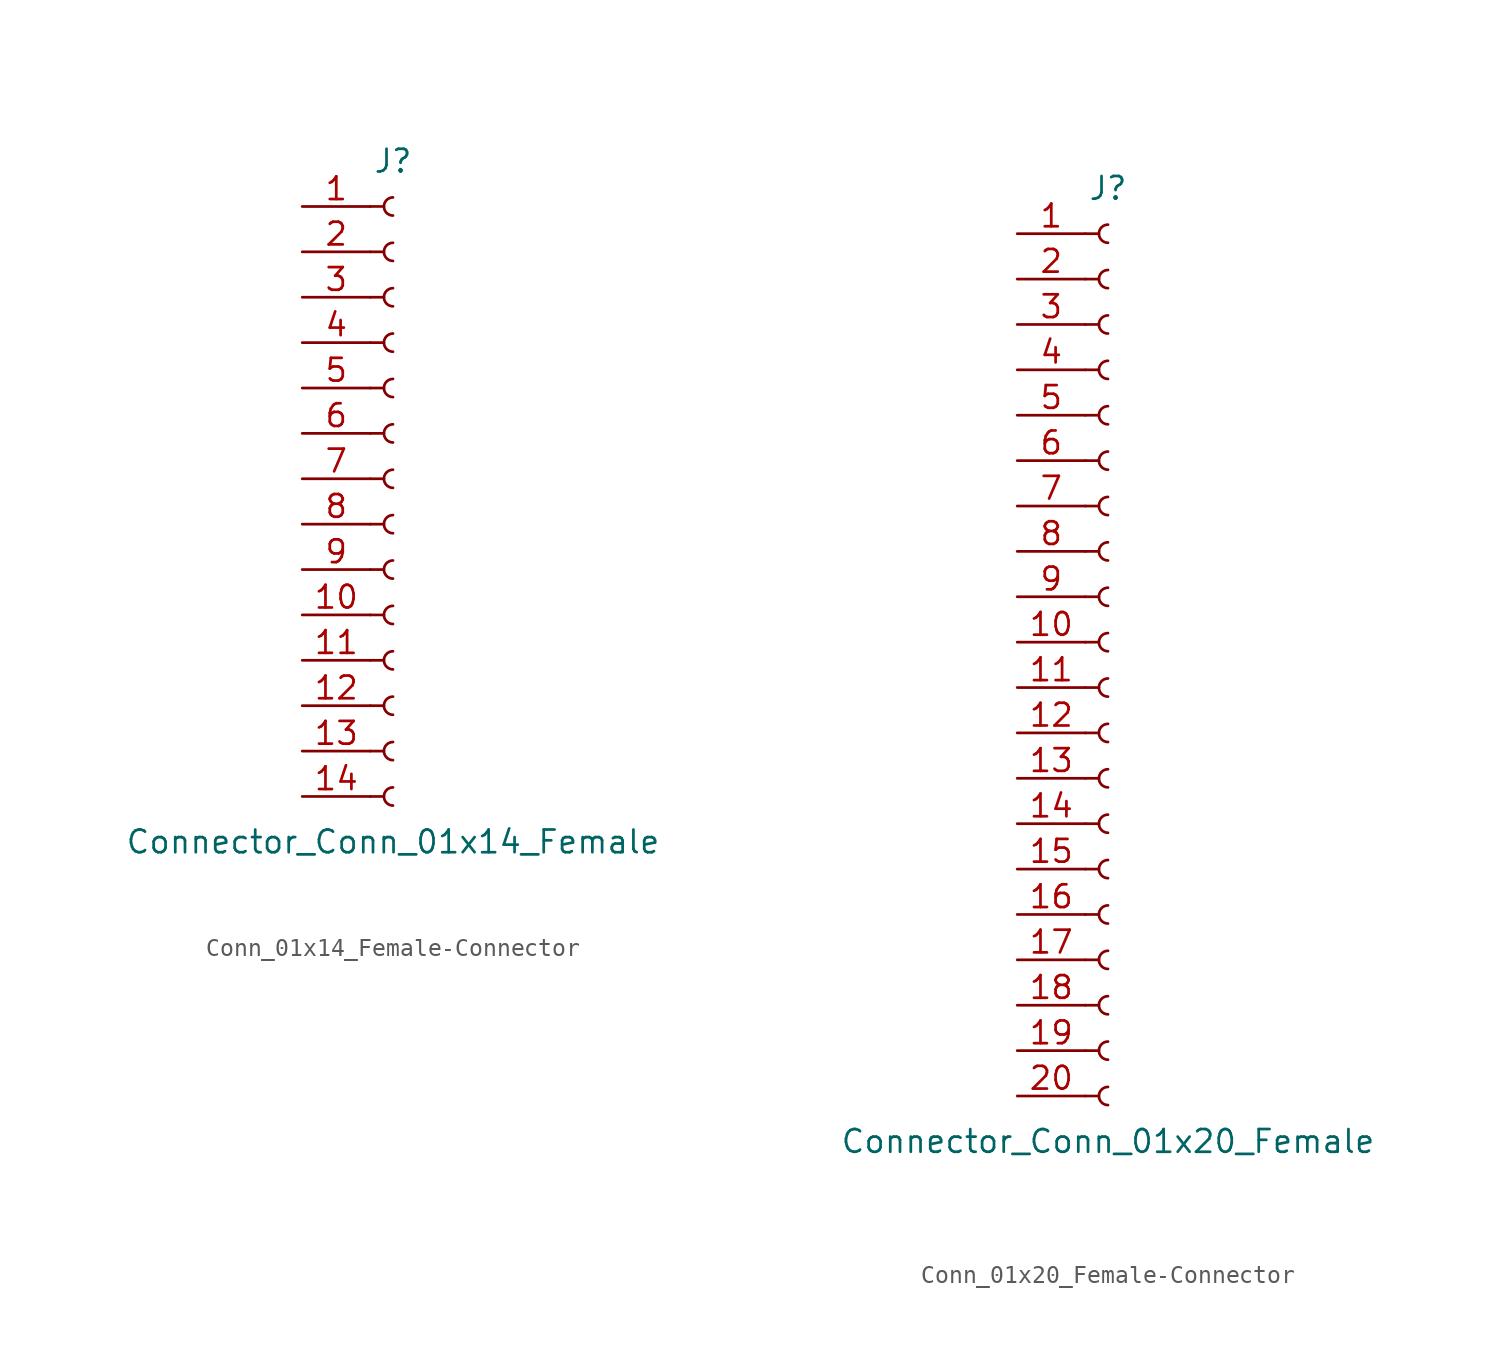
<source format=kicad_sym>
(kicad_symbol_lib
  (version 20231120)
  (generator "kicad_symbol_editor")
  (generator_version "8.0")
  (symbol "Conn_01x14_Female-Connector"
    (pin_names
      (offset 1.016) hide)
    (property "Reference" "J"
      (at 0 17.78 0)
      (effects (font (size 1.27 1.27))))
    (property "Value" "Connector_Conn_01x14_Female"
      (at 0 -20.32 0)
      (effects (font (size 1.27 1.27))))
    (symbol "Conn_01x14_Female-Connector_1_1"
      (arc (start 0 -17.272) (mid -0.5058 -17.78) (end 0 -18.288) (stroke (width 0.1524) (type solid)) (fill (type none)))
      (arc (start 0 -14.732) (mid -0.5058 -15.24) (end 0 -15.748) (stroke (width 0.1524) (type solid)) (fill (type none)))
      (arc (start 0 -12.192) (mid -0.5058 -12.7) (end 0 -13.208) (stroke (width 0.1524) (type solid)) (fill (type none)))
      (arc (start 0 -9.652) (mid -0.5058 -10.16) (end 0 -10.668) (stroke (width 0.1524) (type solid)) (fill (type none)))
      (arc (start 0 -7.112) (mid -0.5058 -7.62) (end 0 -8.128) (stroke (width 0.1524) (type solid)) (fill (type none)))
      (arc (start 0 -4.572) (mid -0.5058 -5.08) (end 0 -5.588) (stroke (width 0.1524) (type solid)) (fill (type none)))
      (arc (start 0 -2.032) (mid -0.5058 -2.54) (end 0 -3.048) (stroke (width 0.1524) (type solid)) (fill (type none)))
      (polyline (pts (xy -1.27 -17.78) (xy -0.508 -17.78)) (stroke (width 0.152) (type solid)) (fill (type none)))
      (polyline (pts (xy -1.27 -15.24) (xy -0.508 -15.24)) (stroke (width 0.152) (type solid)) (fill (type none)))
      (polyline (pts (xy -1.27 -12.7) (xy -0.508 -12.7)) (stroke (width 0.152) (type solid)) (fill (type none)))
      (polyline (pts (xy -1.27 -10.16) (xy -0.508 -10.16)) (stroke (width 0.152) (type solid)) (fill (type none)))
      (polyline (pts (xy -1.27 -7.62) (xy -0.508 -7.62)) (stroke (width 0.152) (type solid)) (fill (type none)))
      (polyline (pts (xy -1.27 -5.08) (xy -0.508 -5.08)) (stroke (width 0.152) (type solid)) (fill (type none)))
      (polyline (pts (xy -1.27 -2.54) (xy -0.508 -2.54)) (stroke (width 0.152) (type solid)) (fill (type none)))
      (polyline (pts (xy -1.27 0) (xy -0.508 0)) (stroke (width 0.152) (type solid)) (fill (type none)))
      (polyline (pts (xy -1.27 2.54) (xy -0.508 2.54)) (stroke (width 0.152) (type solid)) (fill (type none)))
      (polyline (pts (xy -1.27 5.08) (xy -0.508 5.08)) (stroke (width 0.152) (type solid)) (fill (type none)))
      (polyline (pts (xy -1.27 7.62) (xy -0.508 7.62)) (stroke (width 0.152) (type solid)) (fill (type none)))
      (polyline (pts (xy -1.27 10.16) (xy -0.508 10.16)) (stroke (width 0.152) (type solid)) (fill (type none)))
      (polyline (pts (xy -1.27 12.7) (xy -0.508 12.7)) (stroke (width 0.152) (type solid)) (fill (type none)))
      (polyline (pts (xy -1.27 15.24) (xy -0.508 15.24)) (stroke (width 0.152) (type solid)) (fill (type none)))
      (arc (start 0 0.508) (mid -0.5058 0) (end 0 -0.508) (stroke (width 0.1524) (type solid)) (fill (type none)))
      (arc (start 0 3.048) (mid -0.5058 2.54) (end 0 2.032) (stroke (width 0.1524) (type solid)) (fill (type none)))
      (arc (start 0 5.588) (mid -0.5058 5.08) (end 0 4.572) (stroke (width 0.1524) (type solid)) (fill (type none)))
      (arc (start 0 8.128) (mid -0.5058 7.62) (end 0 7.112) (stroke (width 0.1524) (type solid)) (fill (type none)))
      (arc (start 0 10.668) (mid -0.5058 10.16) (end 0 9.652) (stroke (width 0.1524) (type solid)) (fill (type none)))
      (arc (start 0 13.208) (mid -0.5058 12.7) (end 0 12.192) (stroke (width 0.1524) (type solid)) (fill (type none)))
      (arc (start 0 15.748) (mid -0.5058 15.24) (end 0 14.732) (stroke (width 0.1524) (type solid)) (fill (type none)))
      (pin passive line (at -5.08 15.24 0) (length 3.81) (name "Pin_1" (effects (font (size 1.27 1.27)))) (number "1" (effects (font (size 1.27 1.27)))))
      (pin passive line (at -5.08 -7.62 0) (length 3.81) (name "Pin_10" (effects (font (size 1.27 1.27)))) (number "10" (effects (font (size 1.27 1.27)))))
      (pin passive line (at -5.08 -10.16 0) (length 3.81) (name "Pin_11" (effects (font (size 1.27 1.27)))) (number "11" (effects (font (size 1.27 1.27)))))
      (pin passive line (at -5.08 -12.7 0) (length 3.81) (name "Pin_12" (effects (font (size 1.27 1.27)))) (number "12" (effects (font (size 1.27 1.27)))))
      (pin passive line (at -5.08 -15.24 0) (length 3.81) (name "Pin_13" (effects (font (size 1.27 1.27)))) (number "13" (effects (font (size 1.27 1.27)))))
      (pin passive line (at -5.08 -17.78 0) (length 3.81) (name "Pin_14" (effects (font (size 1.27 1.27)))) (number "14" (effects (font (size 1.27 1.27)))))
      (pin passive line (at -5.08 12.7 0) (length 3.81) (name "Pin_2" (effects (font (size 1.27 1.27)))) (number "2" (effects (font (size 1.27 1.27)))))
      (pin passive line (at -5.08 10.16 0) (length 3.81) (name "Pin_3" (effects (font (size 1.27 1.27)))) (number "3" (effects (font (size 1.27 1.27)))))
      (pin passive line (at -5.08 7.62 0) (length 3.81) (name "Pin_4" (effects (font (size 1.27 1.27)))) (number "4" (effects (font (size 1.27 1.27)))))
      (pin passive line (at -5.08 5.08 0) (length 3.81) (name "Pin_5" (effects (font (size 1.27 1.27)))) (number "5" (effects (font (size 1.27 1.27)))))
      (pin passive line (at -5.08 2.54 0) (length 3.81) (name "Pin_6" (effects (font (size 1.27 1.27)))) (number "6" (effects (font (size 1.27 1.27)))))
      (pin passive line (at -5.08 0 0) (length 3.81) (name "Pin_7" (effects (font (size 1.27 1.27)))) (number "7" (effects (font (size 1.27 1.27)))))
      (pin passive line (at -5.08 -2.54 0) (length 3.81) (name "Pin_8" (effects (font (size 1.27 1.27)))) (number "8" (effects (font (size 1.27 1.27)))))
      (pin passive line (at -5.08 -5.08 0) (length 3.81) (name "Pin_9" (effects (font (size 1.27 1.27)))) (number "9" (effects (font (size 1.27 1.27)))))))
  (symbol "Conn_01x20_Female-Connector"
    (pin_names
      (offset 1.016) hide)
    (property "Reference" "J"
      (at 0 25.4 0)
      (effects (font (size 1.27 1.27))))
    (property "Value" "Connector_Conn_01x20_Female"
      (at 0 -27.94 0)
      (effects (font (size 1.27 1.27))))
    (symbol "Conn_01x20_Female-Connector_1_1"
      (arc (start 0 -24.892) (mid -0.5058 -25.4) (end 0 -25.908) (stroke (width 0.1524) (type solid)) (fill (type none)))
      (arc (start 0 -22.352) (mid -0.5058 -22.86) (end 0 -23.368) (stroke (width 0.1524) (type solid)) (fill (type none)))
      (arc (start 0 -19.812) (mid -0.5058 -20.32) (end 0 -20.828) (stroke (width 0.1524) (type solid)) (fill (type none)))
      (arc (start 0 -17.272) (mid -0.5058 -17.78) (end 0 -18.288) (stroke (width 0.1524) (type solid)) (fill (type none)))
      (arc (start 0 -14.732) (mid -0.5058 -15.24) (end 0 -15.748) (stroke (width 0.1524) (type solid)) (fill (type none)))
      (arc (start 0 -12.192) (mid -0.5058 -12.7) (end 0 -13.208) (stroke (width 0.1524) (type solid)) (fill (type none)))
      (arc (start 0 -9.652) (mid -0.5058 -10.16) (end 0 -10.668) (stroke (width 0.1524) (type solid)) (fill (type none)))
      (arc (start 0 -7.112) (mid -0.5058 -7.62) (end 0 -8.128) (stroke (width 0.1524) (type solid)) (fill (type none)))
      (arc (start 0 -4.572) (mid -0.5058 -5.08) (end 0 -5.588) (stroke (width 0.1524) (type solid)) (fill (type none)))
      (arc (start 0 -2.032) (mid -0.5058 -2.54) (end 0 -3.048) (stroke (width 0.1524) (type solid)) (fill (type none)))
      (polyline (pts (xy -1.27 -25.4) (xy -0.508 -25.4)) (stroke (width 0.152) (type solid)) (fill (type none)))
      (polyline (pts (xy -1.27 -22.86) (xy -0.508 -22.86)) (stroke (width 0.152) (type solid)) (fill (type none)))
      (polyline (pts (xy -1.27 -20.32) (xy -0.508 -20.32)) (stroke (width 0.152) (type solid)) (fill (type none)))
      (polyline (pts (xy -1.27 -17.78) (xy -0.508 -17.78)) (stroke (width 0.152) (type solid)) (fill (type none)))
      (polyline (pts (xy -1.27 -15.24) (xy -0.508 -15.24)) (stroke (width 0.152) (type solid)) (fill (type none)))
      (polyline (pts (xy -1.27 -12.7) (xy -0.508 -12.7)) (stroke (width 0.152) (type solid)) (fill (type none)))
      (polyline (pts (xy -1.27 -10.16) (xy -0.508 -10.16)) (stroke (width 0.152) (type solid)) (fill (type none)))
      (polyline (pts (xy -1.27 -7.62) (xy -0.508 -7.62)) (stroke (width 0.152) (type solid)) (fill (type none)))
      (polyline (pts (xy -1.27 -5.08) (xy -0.508 -5.08)) (stroke (width 0.152) (type solid)) (fill (type none)))
      (polyline (pts (xy -1.27 -2.54) (xy -0.508 -2.54)) (stroke (width 0.152) (type solid)) (fill (type none)))
      (polyline (pts (xy -1.27 0) (xy -0.508 0)) (stroke (width 0.152) (type solid)) (fill (type none)))
      (polyline (pts (xy -1.27 2.54) (xy -0.508 2.54)) (stroke (width 0.152) (type solid)) (fill (type none)))
      (polyline (pts (xy -1.27 5.08) (xy -0.508 5.08)) (stroke (width 0.152) (type solid)) (fill (type none)))
      (polyline (pts (xy -1.27 7.62) (xy -0.508 7.62)) (stroke (width 0.152) (type solid)) (fill (type none)))
      (polyline (pts (xy -1.27 10.16) (xy -0.508 10.16)) (stroke (width 0.152) (type solid)) (fill (type none)))
      (polyline (pts (xy -1.27 12.7) (xy -0.508 12.7)) (stroke (width 0.152) (type solid)) (fill (type none)))
      (polyline (pts (xy -1.27 15.24) (xy -0.508 15.24)) (stroke (width 0.152) (type solid)) (fill (type none)))
      (polyline (pts (xy -1.27 17.78) (xy -0.508 17.78)) (stroke (width 0.152) (type solid)) (fill (type none)))
      (polyline (pts (xy -1.27 20.32) (xy -0.508 20.32)) (stroke (width 0.152) (type solid)) (fill (type none)))
      (polyline (pts (xy -1.27 22.86) (xy -0.508 22.86)) (stroke (width 0.152) (type solid)) (fill (type none)))
      (arc (start 0 0.508) (mid -0.5058 0) (end 0 -0.508) (stroke (width 0.1524) (type solid)) (fill (type none)))
      (arc (start 0 3.048) (mid -0.5058 2.54) (end 0 2.032) (stroke (width 0.1524) (type solid)) (fill (type none)))
      (arc (start 0 5.588) (mid -0.5058 5.08) (end 0 4.572) (stroke (width 0.1524) (type solid)) (fill (type none)))
      (arc (start 0 8.128) (mid -0.5058 7.62) (end 0 7.112) (stroke (width 0.1524) (type solid)) (fill (type none)))
      (arc (start 0 10.668) (mid -0.5058 10.16) (end 0 9.652) (stroke (width 0.1524) (type solid)) (fill (type none)))
      (arc (start 0 13.208) (mid -0.5058 12.7) (end 0 12.192) (stroke (width 0.1524) (type solid)) (fill (type none)))
      (arc (start 0 15.748) (mid -0.5058 15.24) (end 0 14.732) (stroke (width 0.1524) (type solid)) (fill (type none)))
      (arc (start 0 18.288) (mid -0.5058 17.78) (end 0 17.272) (stroke (width 0.1524) (type solid)) (fill (type none)))
      (arc (start 0 20.828) (mid -0.5058 20.32) (end 0 19.812) (stroke (width 0.1524) (type solid)) (fill (type none)))
      (arc (start 0 23.368) (mid -0.5058 22.86) (end 0 22.352) (stroke (width 0.1524) (type solid)) (fill (type none)))
      (pin passive line (at -5.08 22.86 0) (length 3.81) (name "Pin_1" (effects (font (size 1.27 1.27)))) (number "1" (effects (font (size 1.27 1.27)))))
      (pin passive line (at -5.08 0 0) (length 3.81) (name "Pin_10" (effects (font (size 1.27 1.27)))) (number "10" (effects (font (size 1.27 1.27)))))
      (pin passive line (at -5.08 -2.54 0) (length 3.81) (name "Pin_11" (effects (font (size 1.27 1.27)))) (number "11" (effects (font (size 1.27 1.27)))))
      (pin passive line (at -5.08 -5.08 0) (length 3.81) (name "Pin_12" (effects (font (size 1.27 1.27)))) (number "12" (effects (font (size 1.27 1.27)))))
      (pin passive line (at -5.08 -7.62 0) (length 3.81) (name "Pin_13" (effects (font (size 1.27 1.27)))) (number "13" (effects (font (size 1.27 1.27)))))
      (pin passive line (at -5.08 -10.16 0) (length 3.81) (name "Pin_14" (effects (font (size 1.27 1.27)))) (number "14" (effects (font (size 1.27 1.27)))))
      (pin passive line (at -5.08 -12.7 0) (length 3.81) (name "Pin_15" (effects (font (size 1.27 1.27)))) (number "15" (effects (font (size 1.27 1.27)))))
      (pin passive line (at -5.08 -15.24 0) (length 3.81) (name "Pin_16" (effects (font (size 1.27 1.27)))) (number "16" (effects (font (size 1.27 1.27)))))
      (pin passive line (at -5.08 -17.78 0) (length 3.81) (name "Pin_17" (effects (font (size 1.27 1.27)))) (number "17" (effects (font (size 1.27 1.27)))))
      (pin passive line (at -5.08 -20.32 0) (length 3.81) (name "Pin_18" (effects (font (size 1.27 1.27)))) (number "18" (effects (font (size 1.27 1.27)))))
      (pin passive line (at -5.08 -22.86 0) (length 3.81) (name "Pin_19" (effects (font (size 1.27 1.27)))) (number "19" (effects (font (size 1.27 1.27)))))
      (pin passive line (at -5.08 20.32 0) (length 3.81) (name "Pin_2" (effects (font (size 1.27 1.27)))) (number "2" (effects (font (size 1.27 1.27)))))
      (pin passive line (at -5.08 -25.4 0) (length 3.81) (name "Pin_20" (effects (font (size 1.27 1.27)))) (number "20" (effects (font (size 1.27 1.27)))))
      (pin passive line (at -5.08 17.78 0) (length 3.81) (name "Pin_3" (effects (font (size 1.27 1.27)))) (number "3" (effects (font (size 1.27 1.27)))))
      (pin passive line (at -5.08 15.24 0) (length 3.81) (name "Pin_4" (effects (font (size 1.27 1.27)))) (number "4" (effects (font (size 1.27 1.27)))))
      (pin passive line (at -5.08 12.7 0) (length 3.81) (name "Pin_5" (effects (font (size 1.27 1.27)))) (number "5" (effects (font (size 1.27 1.27)))))
      (pin passive line (at -5.08 10.16 0) (length 3.81) (name "Pin_6" (effects (font (size 1.27 1.27)))) (number "6" (effects (font (size 1.27 1.27)))))
      (pin passive line (at -5.08 7.62 0) (length 3.81) (name "Pin_7" (effects (font (size 1.27 1.27)))) (number "7" (effects (font (size 1.27 1.27)))))
      (pin passive line (at -5.08 5.08 0) (length 3.81) (name "Pin_8" (effects (font (size 1.27 1.27)))) (number "8" (effects (font (size 1.27 1.27)))))
      (pin passive line (at -5.08 2.54 0) (length 3.81) (name "Pin_9" (effects (font (size 1.27 1.27)))) (number "9" (effects (font (size 1.27 1.27))))))))
</source>
